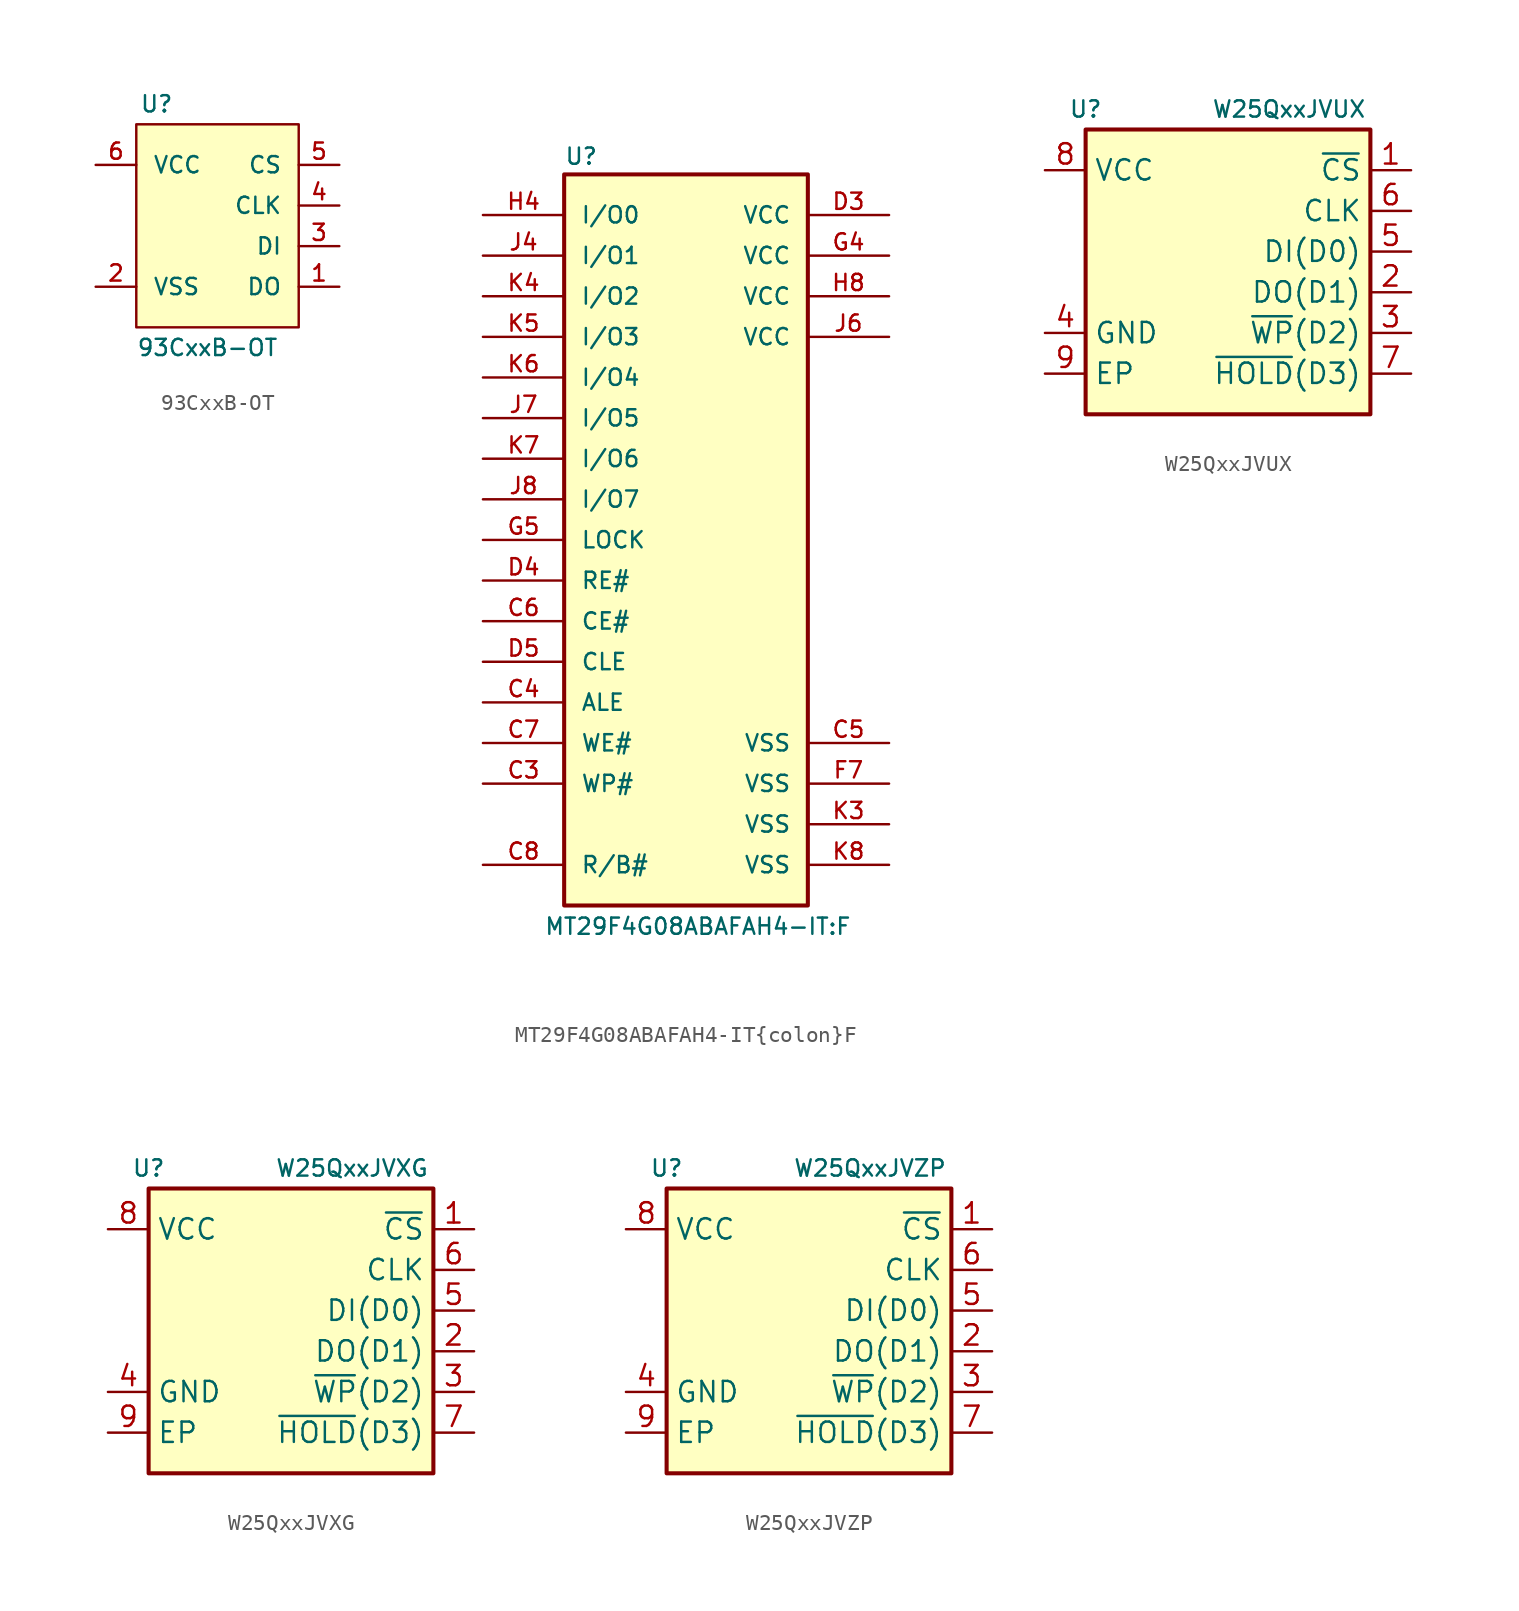
<source format=kicad_sym>
(kicad_symbol_lib
  (version 20211014)
  (generator kicad_symbol_editor)
  (symbol "93CxxB-OT"
    (pin_names
      (offset 1.016))
    (property "Reference" "U"
      (at -3.81 7.62 0)
      (effects (font (size 1.016 1.016))))
    (property "Value" "93CxxB-OT"
      (at -5.08 -7.62 0)
      (effects (font (size 1.016 1.016)) (justify left)))
    (property "Footprint" ""
      (at -2.54 -1.27 0)
      (effects (font (size 1.016 1.016))))
    (property "Datasheet" ""
      (at 0 1.27 0)
      (effects (font (size 1.016 1.016))))
    (symbol "93CxxB-OT_0_1"
      (rectangle (start -5.08 -6.35) (end 5.08 6.35) (stroke (width 0) (type default) (color 0 0 0 0)) (fill (type background))))
    (symbol "93CxxB-OT_1_1"
      (pin tri_state line (at 7.62 -3.81 180) (length 2.54) (name "DO" (effects (font (size 1.016 1.016)))) (number "1" (effects (font (size 1.016 1.016)))))
      (pin power_in line (at -7.62 -3.81 0) (length 2.54) (name "VSS" (effects (font (size 1.016 1.016)))) (number "2" (effects (font (size 1.016 1.016)))))
      (pin input line (at 7.62 -1.27 180) (length 2.54) (name "DI" (effects (font (size 1.016 1.016)))) (number "3" (effects (font (size 1.016 1.016)))))
      (pin input line (at 7.62 1.27 180) (length 2.54) (name "CLK" (effects (font (size 1.016 1.016)))) (number "4" (effects (font (size 1.016 1.016)))))
      (pin input line (at 7.62 3.81 180) (length 2.54) (name "CS" (effects (font (size 1.016 1.016)))) (number "5" (effects (font (size 1.016 1.016)))))
      (pin power_in line (at -7.62 3.81 0) (length 2.54) (name "VCC" (effects (font (size 1.016 1.016)))) (number "6" (effects (font (size 1.016 1.016)))))))
  (symbol "MT29F4G08ABAFAH4-IT{colon}F"
    (pin_names
      (offset 1.016))
    (property "Reference" "U"
      (at -7.62 23.393 0)
      (effects (font (size 1.016 1.016)) (justify left bottom)))
    (property "Value" "MT29F4G08ABAFAH4-IT{colon}F"
      (at -8.89 -24.765 0)
      (effects (font (size 1.016 1.016)) (justify left bottom)))
    (symbol "MT29F4G08ABAFAH4-IT{colon}F_0_0"
      (rectangle (start -7.62 -22.86) (end 7.62 22.86) (stroke (width 0.254) (type default) (color 0 0 0 0)) (fill (type background)))
      (pin input line (at -12.7 -15.24 0) (length 5.08) (name "WP#" (effects (font (size 1.016 1.016)))) (number "C3" (effects (font (size 1.016 1.016)))))
      (pin input line (at -12.7 -10.16 0) (length 5.08) (name "ALE" (effects (font (size 1.016 1.016)))) (number "C4" (effects (font (size 1.016 1.016)))))
      (pin power_in line (at 12.7 -12.7 180) (length 5.08) (name "VSS" (effects (font (size 1.016 1.016)))) (number "C5" (effects (font (size 1.016 1.016)))))
      (pin bidirectional line (at -12.7 -5.08 0) (length 5.08) (name "CE#" (effects (font (size 1.016 1.016)))) (number "C6" (effects (font (size 1.016 1.016)))))
      (pin input line (at -12.7 -12.7 0) (length 5.08) (name "WE#" (effects (font (size 1.016 1.016)))) (number "C7" (effects (font (size 1.016 1.016)))))
      (pin output line (at -12.7 -20.32 0) (length 5.08) (name "R/B#" (effects (font (size 1.016 1.016)))) (number "C8" (effects (font (size 1.016 1.016)))))
      (pin power_in line (at 12.7 20.32 180) (length 5.08) (name "VCC" (effects (font (size 1.016 1.016)))) (number "D3" (effects (font (size 1.016 1.016)))))
      (pin input line (at -12.7 -2.54 0) (length 5.08) (name "RE#" (effects (font (size 1.016 1.016)))) (number "D4" (effects (font (size 1.016 1.016)))))
      (pin input line (at -12.7 -7.62 0) (length 5.08) (name "CLE" (effects (font (size 1.016 1.016)))) (number "D5" (effects (font (size 1.016 1.016)))))
      (pin power_in line (at 12.7 -15.24 180) (length 5.08) (name "VSS" (effects (font (size 1.016 1.016)))) (number "F7" (effects (font (size 1.016 1.016)))))
      (pin power_in line (at 12.7 17.78 180) (length 5.08) (name "VCC" (effects (font (size 1.016 1.016)))) (number "G4" (effects (font (size 1.016 1.016)))))
      (pin bidirectional line (at -12.7 20.32 0) (length 5.08) (name "I/O0" (effects (font (size 1.016 1.016)))) (number "H4" (effects (font (size 1.016 1.016)))))
      (pin power_in line (at 12.7 15.24 180) (length 5.08) (name "VCC" (effects (font (size 1.016 1.016)))) (number "H8" (effects (font (size 1.016 1.016)))))
      (pin bidirectional line (at -12.7 17.78 0) (length 5.08) (name "I/O1" (effects (font (size 1.016 1.016)))) (number "J4" (effects (font (size 1.016 1.016)))))
      (pin power_in line (at 12.7 12.7 180) (length 5.08) (name "VCC" (effects (font (size 1.016 1.016)))) (number "J6" (effects (font (size 1.016 1.016)))))
      (pin bidirectional line (at -12.7 7.62 0) (length 5.08) (name "I/O5" (effects (font (size 1.016 1.016)))) (number "J7" (effects (font (size 1.016 1.016)))))
      (pin bidirectional line (at -12.7 2.54 0) (length 5.08) (name "I/O7" (effects (font (size 1.016 1.016)))) (number "J8" (effects (font (size 1.016 1.016)))))
      (pin power_in line (at 12.7 -17.78 180) (length 5.08) (name "VSS" (effects (font (size 1.016 1.016)))) (number "K3" (effects (font (size 1.016 1.016)))))
      (pin bidirectional line (at -12.7 15.24 0) (length 5.08) (name "I/O2" (effects (font (size 1.016 1.016)))) (number "K4" (effects (font (size 1.016 1.016)))))
      (pin bidirectional line (at -12.7 12.7 0) (length 5.08) (name "I/O3" (effects (font (size 1.016 1.016)))) (number "K5" (effects (font (size 1.016 1.016)))))
      (pin bidirectional line (at -12.7 10.16 0) (length 5.08) (name "I/O4" (effects (font (size 1.016 1.016)))) (number "K6" (effects (font (size 1.016 1.016)))))
      (pin bidirectional line (at -12.7 5.08 0) (length 5.08) (name "I/O6" (effects (font (size 1.016 1.016)))) (number "K7" (effects (font (size 1.016 1.016)))))
      (pin power_in line (at 12.7 -20.32 180) (length 5.08) (name "VSS" (effects (font (size 1.016 1.016)))) (number "K8" (effects (font (size 1.016 1.016))))))
    (symbol "MT29F4G08ABAFAH4-IT{colon}F_1_1"
      (pin input line (at -12.7 0 0) (length 5.08) (name "LOCK" (effects (font (size 1.016 1.016)))) (number "G5" (effects (font (size 1.016 1.016)))))))
  (symbol "W25QxxJVUX"
    (property "Reference" "U"
      (at -8.89 10.16 0)
      (effects (font (size 1.016 1.016))))
    (property "Value" "W25QxxJVUX"
      (at 3.81 10.16 0)
      (effects (font (size 1.016 1.016))))
    (symbol "W25QxxJVUX_0_1"
      (rectangle (start -8.89 8.89) (end 8.89 -8.89) (stroke (width 0.254) (type default) (color 0 0 0 0)) (fill (type background))))
    (symbol "W25QxxJVUX_1_1"
      (pin input line (at 11.43 6.35 180) (length 2.54) (name "~{CS}" (effects (font (size 1.27 1.27)))) (number "1" (effects (font (size 1.27 1.27)))))
      (pin bidirectional line (at 11.43 -1.27 180) (length 2.54) (name "DO(D1)" (effects (font (size 1.27 1.27)))) (number "2" (effects (font (size 1.27 1.27)))))
      (pin bidirectional line (at 11.43 -3.81 180) (length 2.54) (name "~{WP}(D2)" (effects (font (size 1.27 1.27)))) (number "3" (effects (font (size 1.27 1.27)))))
      (pin power_in line (at -11.43 -3.81 0) (length 2.54) (name "GND" (effects (font (size 1.27 1.27)))) (number "4" (effects (font (size 1.27 1.27)))))
      (pin bidirectional line (at 11.43 1.27 180) (length 2.54) (name "DI(D0)" (effects (font (size 1.27 1.27)))) (number "5" (effects (font (size 1.27 1.27)))))
      (pin input line (at 11.43 3.81 180) (length 2.54) (name "CLK" (effects (font (size 1.27 1.27)))) (number "6" (effects (font (size 1.27 1.27)))))
      (pin bidirectional line (at 11.43 -6.35 180) (length 2.54) (name "~{HOLD}(D3)" (effects (font (size 1.27 1.27)))) (number "7" (effects (font (size 1.27 1.27)))))
      (pin power_in line (at -11.43 6.35 0) (length 2.54) (name "VCC" (effects (font (size 1.27 1.27)))) (number "8" (effects (font (size 1.27 1.27)))))
      (pin passive line (at -11.43 -6.35 0) (length 2.54) (name "EP" (effects (font (size 1.27 1.27)))) (number "9" (effects (font (size 1.27 1.27)))))))
  (symbol "W25QxxJVXG"
    (property "Reference" "U"
      (at -8.89 10.16 0)
      (effects (font (size 1.016 1.016))))
    (property "Value" "W25QxxJVXG"
      (at 3.81 10.16 0)
      (effects (font (size 1.016 1.016))))
    (symbol "W25QxxJVXG_0_1"
      (rectangle (start -8.89 8.89) (end 8.89 -8.89) (stroke (width 0.254) (type default) (color 0 0 0 0)) (fill (type background))))
    (symbol "W25QxxJVXG_1_1"
      (pin input line (at 11.43 6.35 180) (length 2.54) (name "~{CS}" (effects (font (size 1.27 1.27)))) (number "1" (effects (font (size 1.27 1.27)))))
      (pin bidirectional line (at 11.43 -1.27 180) (length 2.54) (name "DO(D1)" (effects (font (size 1.27 1.27)))) (number "2" (effects (font (size 1.27 1.27)))))
      (pin bidirectional line (at 11.43 -3.81 180) (length 2.54) (name "~{WP}(D2)" (effects (font (size 1.27 1.27)))) (number "3" (effects (font (size 1.27 1.27)))))
      (pin power_in line (at -11.43 -3.81 0) (length 2.54) (name "GND" (effects (font (size 1.27 1.27)))) (number "4" (effects (font (size 1.27 1.27)))))
      (pin bidirectional line (at 11.43 1.27 180) (length 2.54) (name "DI(D0)" (effects (font (size 1.27 1.27)))) (number "5" (effects (font (size 1.27 1.27)))))
      (pin input line (at 11.43 3.81 180) (length 2.54) (name "CLK" (effects (font (size 1.27 1.27)))) (number "6" (effects (font (size 1.27 1.27)))))
      (pin bidirectional line (at 11.43 -6.35 180) (length 2.54) (name "~{HOLD}(D3)" (effects (font (size 1.27 1.27)))) (number "7" (effects (font (size 1.27 1.27)))))
      (pin power_in line (at -11.43 6.35 0) (length 2.54) (name "VCC" (effects (font (size 1.27 1.27)))) (number "8" (effects (font (size 1.27 1.27)))))
      (pin passive line (at -11.43 -6.35 0) (length 2.54) (name "EP" (effects (font (size 1.27 1.27)))) (number "9" (effects (font (size 1.27 1.27)))))))
  (symbol "W25QxxJVZP"
    (property "Reference" "U"
      (at -8.89 10.16 0)
      (effects (font (size 1.016 1.016))))
    (property "Value" "W25QxxJVZP"
      (at 3.81 10.16 0)
      (effects (font (size 1.016 1.016))))
    (symbol "W25QxxJVZP_0_1"
      (rectangle (start -8.89 8.89) (end 8.89 -8.89) (stroke (width 0.254) (type default) (color 0 0 0 0)) (fill (type background))))
    (symbol "W25QxxJVZP_1_1"
      (pin input line (at 11.43 6.35 180) (length 2.54) (name "~{CS}" (effects (font (size 1.27 1.27)))) (number "1" (effects (font (size 1.27 1.27)))))
      (pin bidirectional line (at 11.43 -1.27 180) (length 2.54) (name "DO(D1)" (effects (font (size 1.27 1.27)))) (number "2" (effects (font (size 1.27 1.27)))))
      (pin bidirectional line (at 11.43 -3.81 180) (length 2.54) (name "~{WP}(D2)" (effects (font (size 1.27 1.27)))) (number "3" (effects (font (size 1.27 1.27)))))
      (pin power_in line (at -11.43 -3.81 0) (length 2.54) (name "GND" (effects (font (size 1.27 1.27)))) (number "4" (effects (font (size 1.27 1.27)))))
      (pin bidirectional line (at 11.43 1.27 180) (length 2.54) (name "DI(D0)" (effects (font (size 1.27 1.27)))) (number "5" (effects (font (size 1.27 1.27)))))
      (pin input line (at 11.43 3.81 180) (length 2.54) (name "CLK" (effects (font (size 1.27 1.27)))) (number "6" (effects (font (size 1.27 1.27)))))
      (pin bidirectional line (at 11.43 -6.35 180) (length 2.54) (name "~{HOLD}(D3)" (effects (font (size 1.27 1.27)))) (number "7" (effects (font (size 1.27 1.27)))))
      (pin power_in line (at -11.43 6.35 0) (length 2.54) (name "VCC" (effects (font (size 1.27 1.27)))) (number "8" (effects (font (size 1.27 1.27)))))
      (pin passive line (at -11.43 -6.35 0) (length 2.54) (name "EP" (effects (font (size 1.27 1.27)))) (number "9" (effects (font (size 1.27 1.27))))))))
</source>
